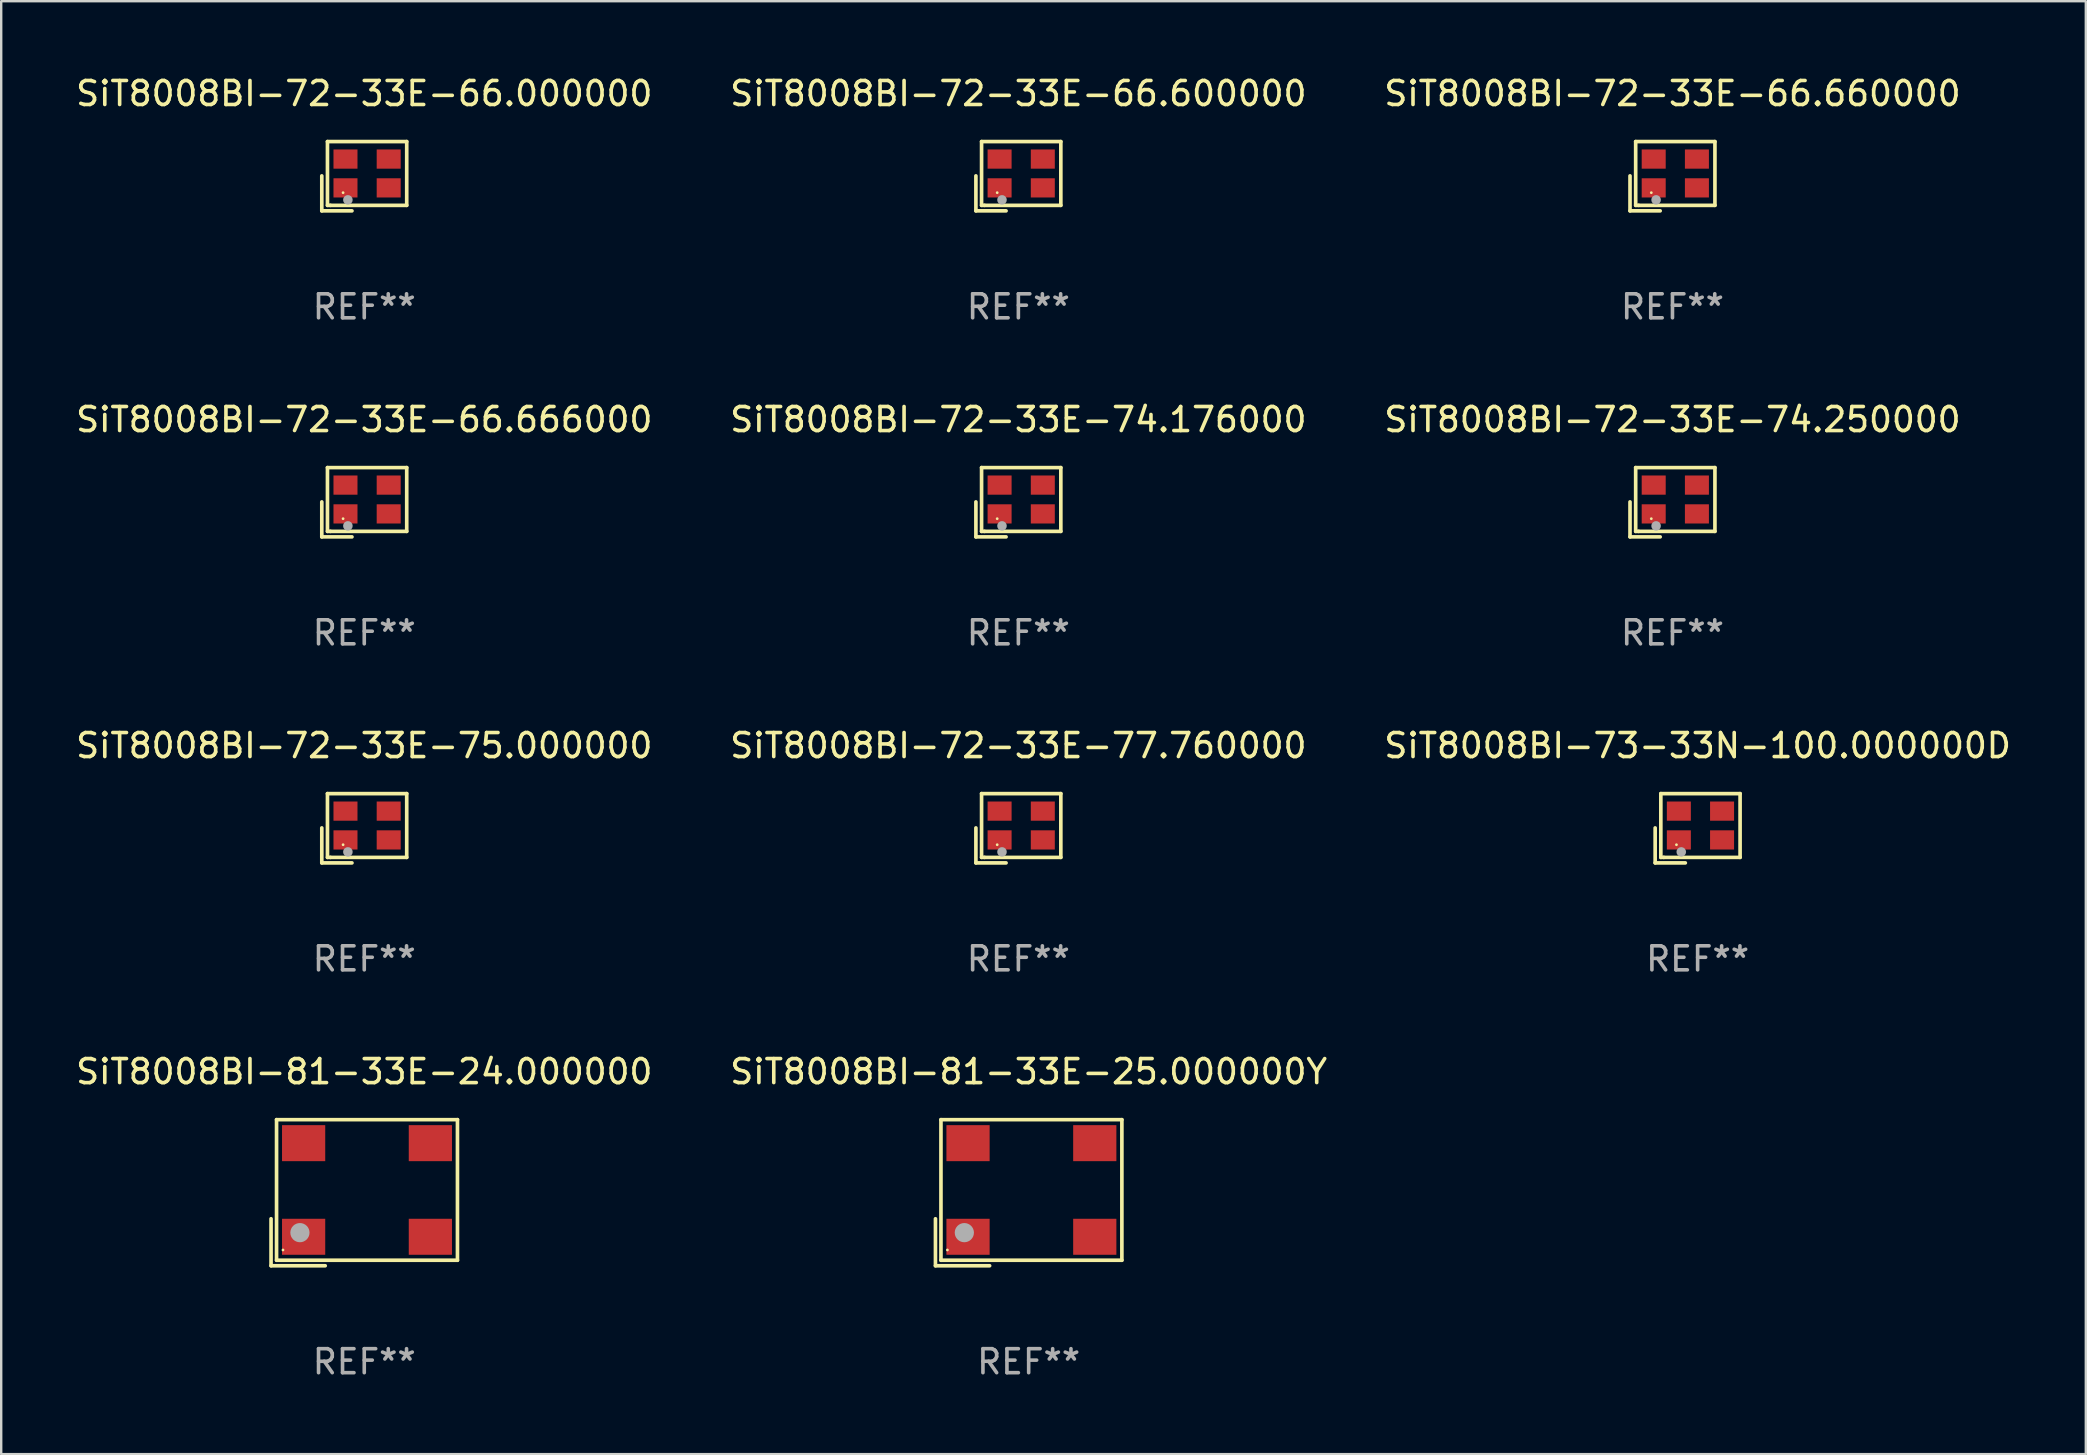
<source format=kicad_pcb>
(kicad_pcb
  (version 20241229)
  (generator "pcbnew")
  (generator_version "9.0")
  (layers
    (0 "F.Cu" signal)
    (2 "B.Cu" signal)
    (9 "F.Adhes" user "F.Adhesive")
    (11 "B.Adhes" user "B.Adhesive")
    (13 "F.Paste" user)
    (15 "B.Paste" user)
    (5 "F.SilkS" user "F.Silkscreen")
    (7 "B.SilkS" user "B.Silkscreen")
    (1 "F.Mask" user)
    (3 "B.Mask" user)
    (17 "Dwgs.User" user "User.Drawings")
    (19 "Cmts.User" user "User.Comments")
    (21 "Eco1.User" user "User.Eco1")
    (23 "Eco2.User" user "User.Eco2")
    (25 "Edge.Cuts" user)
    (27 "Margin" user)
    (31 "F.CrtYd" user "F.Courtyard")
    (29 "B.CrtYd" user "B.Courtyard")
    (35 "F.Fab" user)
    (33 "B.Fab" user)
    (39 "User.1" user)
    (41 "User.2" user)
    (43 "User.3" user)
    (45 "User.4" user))
  (footprint "SiT8008BI-72-33E-74.176000"
    (layer "F.Cu")
    (at 39.375 17.873)
    (property "Reference" "SiT8008BI-72-33E-74.176000" (at 0 -3.443 0) (layer "F.SilkS") (effects (font (size 1 1) (thickness 0.15))))
    (attr through_hole)
    (fp_line (start -1.769 -0.014) (end -1.769 1.443) (stroke (width 0.152) (type solid)) (layer "F.SilkS"))
    (fp_line (start -1.769 1.443) (end -0.512 1.443) (stroke (width 0.152) (type solid)) (layer "F.SilkS"))
    (fp_line (start -1.533 -1.443) (end 1.769 -1.443) (stroke (width 0.152) (type solid)) (layer "F.SilkS"))
    (fp_line (start -1.533 1.214) (end -1.533 -1.443) (stroke (width 0.152) (type solid)) (layer "F.SilkS"))
    (fp_line (start -1.411 1.214) (end -1.533 1.214) (stroke (width 0.152) (type solid)) (layer "F.SilkS"))
    (fp_line (start 1.769 -1.443) (end 1.769 1.214) (stroke (width 0.152) (type solid)) (layer "F.SilkS"))
    (fp_line (start 1.769 1.214) (end -1.411 1.214) (stroke (width 0.152) (type solid)) (layer "F.SilkS"))
    (fp_circle (center -0.882 0.686) (end -0.852 0.686) (stroke (width 0.06) (type solid)) (fill no) (layer "F.SilkS"))
    (fp_circle (center -0.682 0.986) (end -0.582 0.986) (stroke (width 0.2) (type solid)) (fill no) (layer "F.Fab"))
    (fp_text user "REF**" (at 0 5.443 0) (layer "F.Fab") (effects (font (size 1 1) (thickness 0.15))))
    (pad "1" smd rect (at -0.782 0.486 90) (size 0.8 1) (layers "F.Cu" "F.Mask" "F.Paste"))
    (pad "2" smd rect (at 1.018 0.486 90) (size 0.8 1) (layers "F.Cu" "F.Mask" "F.Paste"))
    (pad "3" smd rect (at 1.018 -0.714 90) (size 0.8 1) (layers "F.Cu" "F.Mask" "F.Paste"))
    (pad "4" smd rect (at -0.782 -0.714 90) (size 0.8 1) (layers "F.Cu" "F.Mask" "F.Paste")))
  (footprint "SiT8008BI-72-33E-75.000000"
    (layer "F.Cu")
    (at 12.125 31.455)
    (property "Reference" "SiT8008BI-72-33E-75.000000" (at 0 -3.443 0) (layer "F.SilkS") (effects (font (size 1 1) (thickness 0.15))))
    (attr through_hole)
    (fp_line (start -1.769 -0.014) (end -1.769 1.443) (stroke (width 0.152) (type solid)) (layer "F.SilkS"))
    (fp_line (start -1.769 1.443) (end -0.512 1.443) (stroke (width 0.152) (type solid)) (layer "F.SilkS"))
    (fp_line (start -1.533 -1.443) (end 1.769 -1.443) (stroke (width 0.152) (type solid)) (layer "F.SilkS"))
    (fp_line (start -1.533 1.214) (end -1.533 -1.443) (stroke (width 0.152) (type solid)) (layer "F.SilkS"))
    (fp_line (start -1.411 1.214) (end -1.533 1.214) (stroke (width 0.152) (type solid)) (layer "F.SilkS"))
    (fp_line (start 1.769 -1.443) (end 1.769 1.214) (stroke (width 0.152) (type solid)) (layer "F.SilkS"))
    (fp_line (start 1.769 1.214) (end -1.411 1.214) (stroke (width 0.152) (type solid)) (layer "F.SilkS"))
    (fp_circle (center -0.882 0.686) (end -0.852 0.686) (stroke (width 0.06) (type solid)) (fill no) (layer "F.SilkS"))
    (fp_circle (center -0.682 0.986) (end -0.582 0.986) (stroke (width 0.2) (type solid)) (fill no) (layer "F.Fab"))
    (fp_text user "REF**" (at 0 5.443 0) (layer "F.Fab") (effects (font (size 1 1) (thickness 0.15))))
    (pad "1" smd rect (at -0.782 0.486 90) (size 0.8 1) (layers "F.Cu" "F.Mask" "F.Paste"))
    (pad "2" smd rect (at 1.018 0.486 90) (size 0.8 1) (layers "F.Cu" "F.Mask" "F.Paste"))
    (pad "3" smd rect (at 1.018 -0.714 90) (size 0.8 1) (layers "F.Cu" "F.Mask" "F.Paste"))
    (pad "4" smd rect (at -0.782 -0.714 90) (size 0.8 1) (layers "F.Cu" "F.Mask" "F.Paste")))
  (footprint "SiT8008BI-72-33E-66.666000"
    (layer "F.Cu")
    (at 12.125 17.873)
    (property "Reference" "SiT8008BI-72-33E-66.666000" (at 0 -3.443 0) (layer "F.SilkS") (effects (font (size 1 1) (thickness 0.15))))
    (attr through_hole)
    (fp_line (start -1.769 -0.014) (end -1.769 1.443) (stroke (width 0.152) (type solid)) (layer "F.SilkS"))
    (fp_line (start -1.769 1.443) (end -0.512 1.443) (stroke (width 0.152) (type solid)) (layer "F.SilkS"))
    (fp_line (start -1.533 -1.443) (end 1.769 -1.443) (stroke (width 0.152) (type solid)) (layer "F.SilkS"))
    (fp_line (start -1.533 1.214) (end -1.533 -1.443) (stroke (width 0.152) (type solid)) (layer "F.SilkS"))
    (fp_line (start -1.411 1.214) (end -1.533 1.214) (stroke (width 0.152) (type solid)) (layer "F.SilkS"))
    (fp_line (start 1.769 -1.443) (end 1.769 1.214) (stroke (width 0.152) (type solid)) (layer "F.SilkS"))
    (fp_line (start 1.769 1.214) (end -1.411 1.214) (stroke (width 0.152) (type solid)) (layer "F.SilkS"))
    (fp_circle (center -0.882 0.686) (end -0.852 0.686) (stroke (width 0.06) (type solid)) (fill no) (layer "F.SilkS"))
    (fp_circle (center -0.682 0.986) (end -0.582 0.986) (stroke (width 0.2) (type solid)) (fill no) (layer "F.Fab"))
    (fp_text user "REF**" (at 0 5.443 0) (layer "F.Fab") (effects (font (size 1 1) (thickness 0.15))))
    (pad "1" smd rect (at -0.782 0.486 90) (size 0.8 1) (layers "F.Cu" "F.Mask" "F.Paste"))
    (pad "2" smd rect (at 1.018 0.486 90) (size 0.8 1) (layers "F.Cu" "F.Mask" "F.Paste"))
    (pad "3" smd rect (at 1.018 -0.714 90) (size 0.8 1) (layers "F.Cu" "F.Mask" "F.Paste"))
    (pad "4" smd rect (at -0.782 -0.714 90) (size 0.8 1) (layers "F.Cu" "F.Mask" "F.Paste")))
  (footprint "SiT8008BI-72-33E-77.760000"
    (layer "F.Cu")
    (at 39.375 31.455)
    (property "Reference" "SiT8008BI-72-33E-77.760000" (at 0 -3.443 0) (layer "F.SilkS") (effects (font (size 1 1) (thickness 0.15))))
    (attr through_hole)
    (fp_line (start -1.769 -0.014) (end -1.769 1.443) (stroke (width 0.152) (type solid)) (layer "F.SilkS"))
    (fp_line (start -1.769 1.443) (end -0.512 1.443) (stroke (width 0.152) (type solid)) (layer "F.SilkS"))
    (fp_line (start -1.533 -1.443) (end 1.769 -1.443) (stroke (width 0.152) (type solid)) (layer "F.SilkS"))
    (fp_line (start -1.533 1.214) (end -1.533 -1.443) (stroke (width 0.152) (type solid)) (layer "F.SilkS"))
    (fp_line (start -1.411 1.214) (end -1.533 1.214) (stroke (width 0.152) (type solid)) (layer "F.SilkS"))
    (fp_line (start 1.769 -1.443) (end 1.769 1.214) (stroke (width 0.152) (type solid)) (layer "F.SilkS"))
    (fp_line (start 1.769 1.214) (end -1.411 1.214) (stroke (width 0.152) (type solid)) (layer "F.SilkS"))
    (fp_circle (center -0.882 0.686) (end -0.852 0.686) (stroke (width 0.06) (type solid)) (fill no) (layer "F.SilkS"))
    (fp_circle (center -0.682 0.986) (end -0.582 0.986) (stroke (width 0.2) (type solid)) (fill no) (layer "F.Fab"))
    (fp_text user "REF**" (at 0 5.443 0) (layer "F.Fab") (effects (font (size 1 1) (thickness 0.15))))
    (pad "1" smd rect (at -0.782 0.486 90) (size 0.8 1) (layers "F.Cu" "F.Mask" "F.Paste"))
    (pad "2" smd rect (at 1.018 0.486 90) (size 0.8 1) (layers "F.Cu" "F.Mask" "F.Paste"))
    (pad "3" smd rect (at 1.018 -0.714 90) (size 0.8 1) (layers "F.Cu" "F.Mask" "F.Paste"))
    (pad "4" smd rect (at -0.782 -0.714 90) (size 0.8 1) (layers "F.Cu" "F.Mask" "F.Paste")))
  (footprint "SiT8008BI-81-33E-25.000000Y"
    (layer "F.Cu")
    (at 39.804 46.638)
    (property "Reference" "SiT8008BI-81-33E-25.000000Y" (at 0 -5.043 0) (layer "F.SilkS") (effects (font (size 1 1) (thickness 0.15))))
    (attr through_hole)
    (fp_line (start -3.883 1.086) (end -3.883 3.043) (stroke (width 0.152) (type solid)) (layer "F.SilkS"))
    (fp_line (start -3.883 3.043) (end -1.626 3.043) (stroke (width 0.152) (type solid)) (layer "F.SilkS"))
    (fp_line (start -3.654 -3.043) (end 3.883 -3.043) (stroke (width 0.152) (type solid)) (layer "F.SilkS"))
    (fp_line (start -3.654 2.814) (end -3.654 -3.043) (stroke (width 0.152) (type solid)) (layer "F.SilkS"))
    (fp_line (start 3.883 -3.043) (end 3.883 2.814) (stroke (width 0.152) (type solid)) (layer "F.SilkS"))
    (fp_line (start 3.883 2.814) (end -3.654 2.814) (stroke (width 0.152) (type solid)) (layer "F.SilkS"))
    (fp_circle (center -3.386 2.386) (end -3.356 2.386) (stroke (width 0.06) (type solid)) (fill no) (layer "F.SilkS"))
    (fp_circle (center -2.68 1.664) (end -2.48 1.664) (stroke (width 0.4) (type solid)) (fill no) (layer "F.Fab"))
    (fp_text user "REF**" (at 0 7.043 0) (layer "F.Fab") (effects (font (size 1 1) (thickness 0.15))))
    (pad "1" smd rect (at -2.526 1.836) (size 1.8 1.5) (layers "F.Cu" "F.Mask" "F.Paste"))
    (pad "2" smd rect (at 2.754 1.836) (size 1.8 1.5) (layers "F.Cu" "F.Mask" "F.Paste"))
    (pad "3" smd rect (at 2.754 -2.064) (size 1.8 1.5) (layers "F.Cu" "F.Mask" "F.Paste"))
    (pad "4" smd rect (at -2.526 -2.064) (size 1.8 1.5) (layers "F.Cu" "F.Mask" "F.Paste")))
  (footprint "SiT8008BI-72-33E-66.600000"
    (layer "F.Cu")
    (at 39.375 4.291)
    (property "Reference" "SiT8008BI-72-33E-66.600000" (at 0 -3.443 0) (layer "F.SilkS") (effects (font (size 1 1) (thickness 0.15))))
    (attr through_hole)
    (fp_line (start -1.769 -0.014) (end -1.769 1.443) (stroke (width 0.152) (type solid)) (layer "F.SilkS"))
    (fp_line (start -1.769 1.443) (end -0.512 1.443) (stroke (width 0.152) (type solid)) (layer "F.SilkS"))
    (fp_line (start -1.533 -1.443) (end 1.769 -1.443) (stroke (width 0.152) (type solid)) (layer "F.SilkS"))
    (fp_line (start -1.533 1.214) (end -1.533 -1.443) (stroke (width 0.152) (type solid)) (layer "F.SilkS"))
    (fp_line (start -1.411 1.214) (end -1.533 1.214) (stroke (width 0.152) (type solid)) (layer "F.SilkS"))
    (fp_line (start 1.769 -1.443) (end 1.769 1.214) (stroke (width 0.152) (type solid)) (layer "F.SilkS"))
    (fp_line (start 1.769 1.214) (end -1.411 1.214) (stroke (width 0.152) (type solid)) (layer "F.SilkS"))
    (fp_circle (center -0.882 0.686) (end -0.852 0.686) (stroke (width 0.06) (type solid)) (fill no) (layer "F.SilkS"))
    (fp_circle (center -0.682 0.986) (end -0.582 0.986) (stroke (width 0.2) (type solid)) (fill no) (layer "F.Fab"))
    (fp_text user "REF**" (at 0 5.443 0) (layer "F.Fab") (effects (font (size 1 1) (thickness 0.15))))
    (pad "1" smd rect (at -0.782 0.486 90) (size 0.8 1) (layers "F.Cu" "F.Mask" "F.Paste"))
    (pad "2" smd rect (at 1.018 0.486 90) (size 0.8 1) (layers "F.Cu" "F.Mask" "F.Paste"))
    (pad "3" smd rect (at 1.018 -0.714 90) (size 0.8 1) (layers "F.Cu" "F.Mask" "F.Paste"))
    (pad "4" smd rect (at -0.782 -0.714 90) (size 0.8 1) (layers "F.Cu" "F.Mask" "F.Paste")))
  (footprint "SiT8008BI-72-33E-74.250000"
    (layer "F.Cu")
    (at 66.625 17.873)
    (property "Reference" "SiT8008BI-72-33E-74.250000" (at 0 -3.443 0) (layer "F.SilkS") (effects (font (size 1 1) (thickness 0.15))))
    (attr through_hole)
    (fp_line (start -1.769 -0.014) (end -1.769 1.443) (stroke (width 0.152) (type solid)) (layer "F.SilkS"))
    (fp_line (start -1.769 1.443) (end -0.512 1.443) (stroke (width 0.152) (type solid)) (layer "F.SilkS"))
    (fp_line (start -1.533 -1.443) (end 1.769 -1.443) (stroke (width 0.152) (type solid)) (layer "F.SilkS"))
    (fp_line (start -1.533 1.214) (end -1.533 -1.443) (stroke (width 0.152) (type solid)) (layer "F.SilkS"))
    (fp_line (start -1.411 1.214) (end -1.533 1.214) (stroke (width 0.152) (type solid)) (layer "F.SilkS"))
    (fp_line (start 1.769 -1.443) (end 1.769 1.214) (stroke (width 0.152) (type solid)) (layer "F.SilkS"))
    (fp_line (start 1.769 1.214) (end -1.411 1.214) (stroke (width 0.152) (type solid)) (layer "F.SilkS"))
    (fp_circle (center -0.882 0.686) (end -0.852 0.686) (stroke (width 0.06) (type solid)) (fill no) (layer "F.SilkS"))
    (fp_circle (center -0.682 0.986) (end -0.582 0.986) (stroke (width 0.2) (type solid)) (fill no) (layer "F.Fab"))
    (fp_text user "REF**" (at 0 5.443 0) (layer "F.Fab") (effects (font (size 1 1) (thickness 0.15))))
    (pad "1" smd rect (at -0.782 0.486 90) (size 0.8 1) (layers "F.Cu" "F.Mask" "F.Paste"))
    (pad "2" smd rect (at 1.018 0.486 90) (size 0.8 1) (layers "F.Cu" "F.Mask" "F.Paste"))
    (pad "3" smd rect (at 1.018 -0.714 90) (size 0.8 1) (layers "F.Cu" "F.Mask" "F.Paste"))
    (pad "4" smd rect (at -0.782 -0.714 90) (size 0.8 1) (layers "F.Cu" "F.Mask" "F.Paste")))
  (footprint "SiT8008BI-72-33E-66.660000"
    (layer "F.Cu")
    (at 66.625 4.291)
    (property "Reference" "SiT8008BI-72-33E-66.660000" (at 0 -3.443 0) (layer "F.SilkS") (effects (font (size 1 1) (thickness 0.15))))
    (attr through_hole)
    (fp_line (start -1.769 -0.014) (end -1.769 1.443) (stroke (width 0.152) (type solid)) (layer "F.SilkS"))
    (fp_line (start -1.769 1.443) (end -0.512 1.443) (stroke (width 0.152) (type solid)) (layer "F.SilkS"))
    (fp_line (start -1.533 -1.443) (end 1.769 -1.443) (stroke (width 0.152) (type solid)) (layer "F.SilkS"))
    (fp_line (start -1.533 1.214) (end -1.533 -1.443) (stroke (width 0.152) (type solid)) (layer "F.SilkS"))
    (fp_line (start -1.411 1.214) (end -1.533 1.214) (stroke (width 0.152) (type solid)) (layer "F.SilkS"))
    (fp_line (start 1.769 -1.443) (end 1.769 1.214) (stroke (width 0.152) (type solid)) (layer "F.SilkS"))
    (fp_line (start 1.769 1.214) (end -1.411 1.214) (stroke (width 0.152) (type solid)) (layer "F.SilkS"))
    (fp_circle (center -0.882 0.686) (end -0.852 0.686) (stroke (width 0.06) (type solid)) (fill no) (layer "F.SilkS"))
    (fp_circle (center -0.682 0.986) (end -0.582 0.986) (stroke (width 0.2) (type solid)) (fill no) (layer "F.Fab"))
    (fp_text user "REF**" (at 0 5.443 0) (layer "F.Fab") (effects (font (size 1 1) (thickness 0.15))))
    (pad "1" smd rect (at -0.782 0.486 90) (size 0.8 1) (layers "F.Cu" "F.Mask" "F.Paste"))
    (pad "2" smd rect (at 1.018 0.486 90) (size 0.8 1) (layers "F.Cu" "F.Mask" "F.Paste"))
    (pad "3" smd rect (at 1.018 -0.714 90) (size 0.8 1) (layers "F.Cu" "F.Mask" "F.Paste"))
    (pad "4" smd rect (at -0.782 -0.714 90) (size 0.8 1) (layers "F.Cu" "F.Mask" "F.Paste")))
  (footprint "SiT8008BI-72-33E-66.000000"
    (layer "F.Cu")
    (at 12.125 4.291)
    (property "Reference" "SiT8008BI-72-33E-66.000000" (at 0 -3.443 0) (layer "F.SilkS") (effects (font (size 1 1) (thickness 0.15))))
    (attr through_hole)
    (fp_line (start -1.769 -0.014) (end -1.769 1.443) (stroke (width 0.152) (type solid)) (layer "F.SilkS"))
    (fp_line (start -1.769 1.443) (end -0.512 1.443) (stroke (width 0.152) (type solid)) (layer "F.SilkS"))
    (fp_line (start -1.533 -1.443) (end 1.769 -1.443) (stroke (width 0.152) (type solid)) (layer "F.SilkS"))
    (fp_line (start -1.533 1.214) (end -1.533 -1.443) (stroke (width 0.152) (type solid)) (layer "F.SilkS"))
    (fp_line (start -1.411 1.214) (end -1.533 1.214) (stroke (width 0.152) (type solid)) (layer "F.SilkS"))
    (fp_line (start 1.769 -1.443) (end 1.769 1.214) (stroke (width 0.152) (type solid)) (layer "F.SilkS"))
    (fp_line (start 1.769 1.214) (end -1.411 1.214) (stroke (width 0.152) (type solid)) (layer "F.SilkS"))
    (fp_circle (center -0.882 0.686) (end -0.852 0.686) (stroke (width 0.06) (type solid)) (fill no) (layer "F.SilkS"))
    (fp_circle (center -0.682 0.986) (end -0.582 0.986) (stroke (width 0.2) (type solid)) (fill no) (layer "F.Fab"))
    (fp_text user "REF**" (at 0 5.443 0) (layer "F.Fab") (effects (font (size 1 1) (thickness 0.15))))
    (pad "1" smd rect (at -0.782 0.486 90) (size 0.8 1) (layers "F.Cu" "F.Mask" "F.Paste"))
    (pad "2" smd rect (at 1.018 0.486 90) (size 0.8 1) (layers "F.Cu" "F.Mask" "F.Paste"))
    (pad "3" smd rect (at 1.018 -0.714 90) (size 0.8 1) (layers "F.Cu" "F.Mask" "F.Paste"))
    (pad "4" smd rect (at -0.782 -0.714 90) (size 0.8 1) (layers "F.Cu" "F.Mask" "F.Paste")))
  (footprint "SiT8008BI-81-33E-24.000000"
    (layer "F.Cu")
    (at 12.125 46.638)
    (property "Reference" "SiT8008BI-81-33E-24.000000" (at 0 -5.043 0) (layer "F.SilkS") (effects (font (size 1 1) (thickness 0.15))))
    (attr through_hole)
    (fp_line (start -3.883 1.086) (end -3.883 3.043) (stroke (width 0.152) (type solid)) (layer "F.SilkS"))
    (fp_line (start -3.883 3.043) (end -1.626 3.043) (stroke (width 0.152) (type solid)) (layer "F.SilkS"))
    (fp_line (start -3.654 -3.043) (end 3.883 -3.043) (stroke (width 0.152) (type solid)) (layer "F.SilkS"))
    (fp_line (start -3.654 2.814) (end -3.654 -3.043) (stroke (width 0.152) (type solid)) (layer "F.SilkS"))
    (fp_line (start 3.883 -3.043) (end 3.883 2.814) (stroke (width 0.152) (type solid)) (layer "F.SilkS"))
    (fp_line (start 3.883 2.814) (end -3.654 2.814) (stroke (width 0.152) (type solid)) (layer "F.SilkS"))
    (fp_circle (center -3.386 2.386) (end -3.356 2.386) (stroke (width 0.06) (type solid)) (fill no) (layer "F.SilkS"))
    (fp_circle (center -2.68 1.664) (end -2.48 1.664) (stroke (width 0.4) (type solid)) (fill no) (layer "F.Fab"))
    (fp_text user "REF**" (at 0 7.043 0) (layer "F.Fab") (effects (font (size 1 1) (thickness 0.15))))
    (pad "1" smd rect (at -2.526 1.836) (size 1.8 1.5) (layers "F.Cu" "F.Mask" "F.Paste"))
    (pad "2" smd rect (at 2.754 1.836) (size 1.8 1.5) (layers "F.Cu" "F.Mask" "F.Paste"))
    (pad "3" smd rect (at 2.754 -2.064) (size 1.8 1.5) (layers "F.Cu" "F.Mask" "F.Paste"))
    (pad "4" smd rect (at -2.526 -2.064) (size 1.8 1.5) (layers "F.Cu" "F.Mask" "F.Paste")))
  (footprint "SiT8008BI-73-33N-100.000000D"
    (layer "F.Cu")
    (at 67.673 31.455)
    (property "Reference" "SiT8008BI-73-33N-100.000000D" (at 0 -3.443 0) (layer "F.SilkS") (effects (font (size 1 1) (thickness 0.15))))
    (attr through_hole)
    (fp_line (start -1.769 -0.014) (end -1.769 1.443) (stroke (width 0.152) (type solid)) (layer "F.SilkS"))
    (fp_line (start -1.769 1.443) (end -0.512 1.443) (stroke (width 0.152) (type solid)) (layer "F.SilkS"))
    (fp_line (start -1.533 -1.443) (end 1.769 -1.443) (stroke (width 0.152) (type solid)) (layer "F.SilkS"))
    (fp_line (start -1.533 1.214) (end -1.533 -1.443) (stroke (width 0.152) (type solid)) (layer "F.SilkS"))
    (fp_line (start -1.411 1.214) (end -1.533 1.214) (stroke (width 0.152) (type solid)) (layer "F.SilkS"))
    (fp_line (start 1.769 -1.443) (end 1.769 1.214) (stroke (width 0.152) (type solid)) (layer "F.SilkS"))
    (fp_line (start 1.769 1.214) (end -1.411 1.214) (stroke (width 0.152) (type solid)) (layer "F.SilkS"))
    (fp_circle (center -0.882 0.686) (end -0.852 0.686) (stroke (width 0.06) (type solid)) (fill no) (layer "F.SilkS"))
    (fp_circle (center -0.682 0.986) (end -0.582 0.986) (stroke (width 0.2) (type solid)) (fill no) (layer "F.Fab"))
    (fp_text user "REF**" (at 0 5.443 0) (layer "F.Fab") (effects (font (size 1 1) (thickness 0.15))))
    (pad "1" smd rect (at -0.782 0.486 90) (size 0.8 1) (layers "F.Cu" "F.Mask" "F.Paste"))
    (pad "2" smd rect (at 1.018 0.486 90) (size 0.8 1) (layers "F.Cu" "F.Mask" "F.Paste"))
    (pad "3" smd rect (at 1.018 -0.714 90) (size 0.8 1) (layers "F.Cu" "F.Mask" "F.Paste"))
    (pad "4" smd rect (at -0.782 -0.714 90) (size 0.8 1) (layers "F.Cu" "F.Mask" "F.Paste")))
  (gr_rect
    (start -3 -3)
    (end 83.845 57.529)
    (stroke (width 0.1) (type default))
    (fill no)
    (layer "Edge.Cuts")))
</source>
